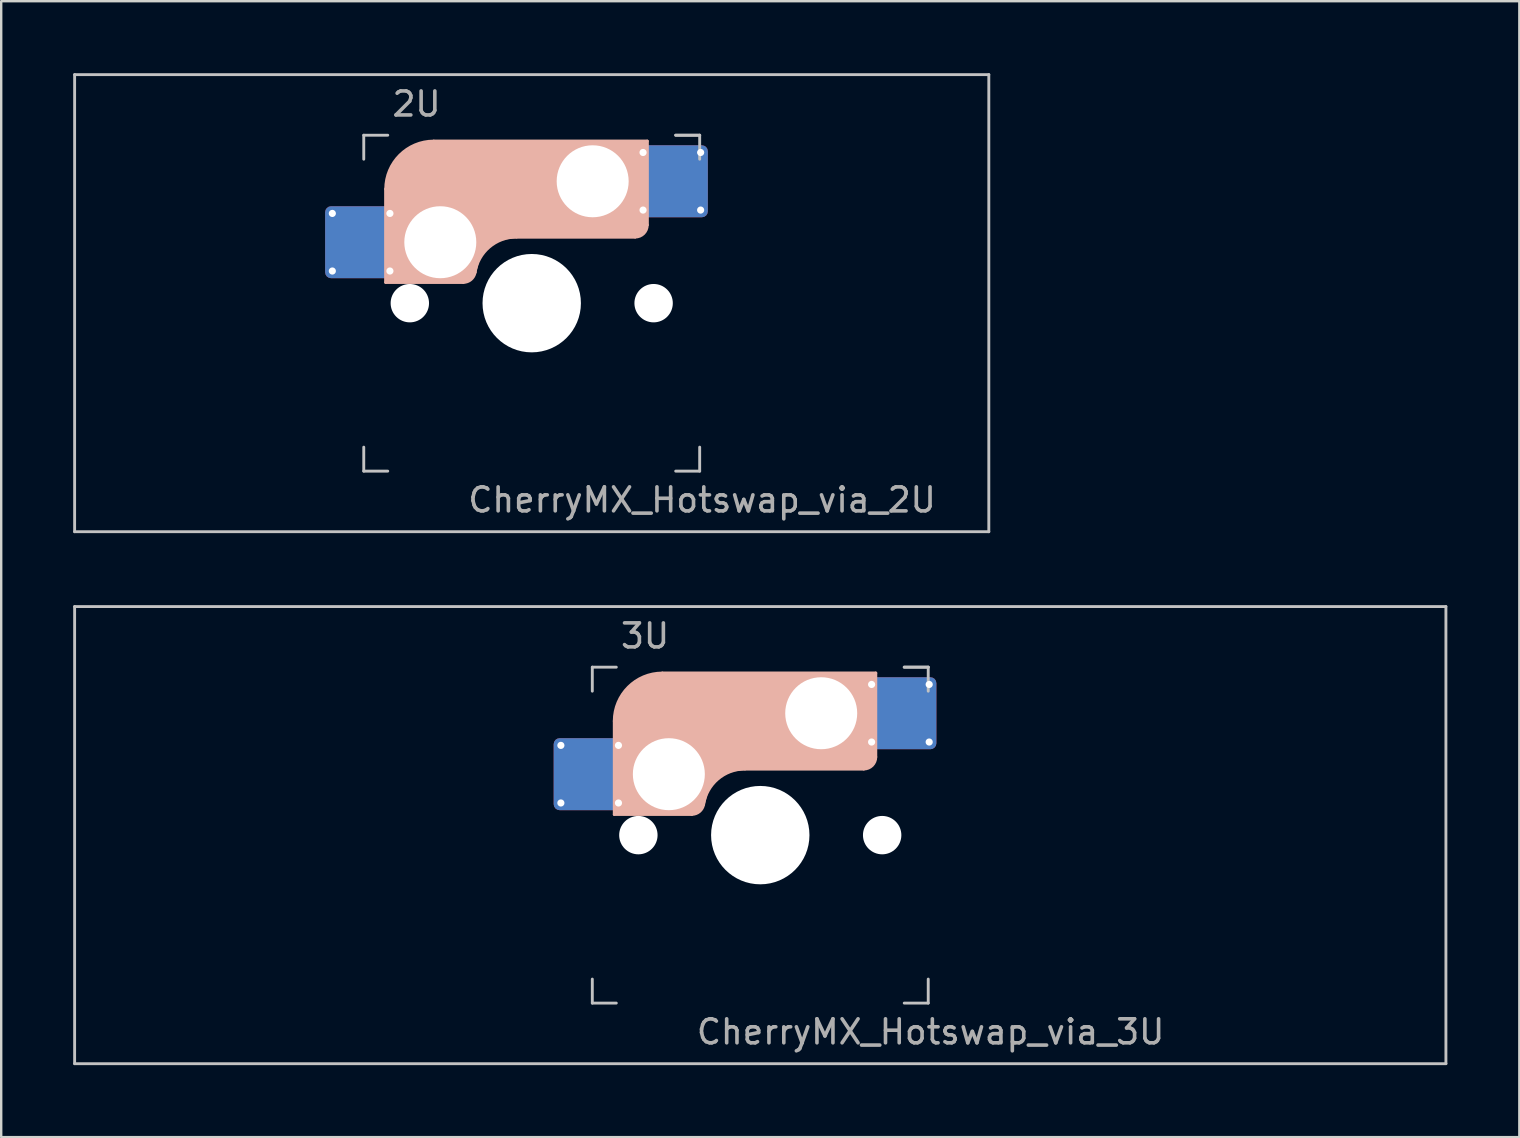
<source format=kicad_pcb>
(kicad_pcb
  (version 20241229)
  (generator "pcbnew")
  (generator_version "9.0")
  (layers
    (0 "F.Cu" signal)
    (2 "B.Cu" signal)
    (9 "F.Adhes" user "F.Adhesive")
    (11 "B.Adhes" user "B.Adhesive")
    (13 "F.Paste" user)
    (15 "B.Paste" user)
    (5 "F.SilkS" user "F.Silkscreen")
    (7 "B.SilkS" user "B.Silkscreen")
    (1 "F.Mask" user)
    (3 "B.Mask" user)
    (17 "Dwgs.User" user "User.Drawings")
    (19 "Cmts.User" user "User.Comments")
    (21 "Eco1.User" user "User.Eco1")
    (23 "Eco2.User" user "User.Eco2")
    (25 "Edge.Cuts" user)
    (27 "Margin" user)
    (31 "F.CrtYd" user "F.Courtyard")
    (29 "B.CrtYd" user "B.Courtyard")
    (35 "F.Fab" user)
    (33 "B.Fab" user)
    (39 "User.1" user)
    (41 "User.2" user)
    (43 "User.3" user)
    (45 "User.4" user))
  (footprint "CherryMX_Hotswap_via_2U"
    (layer "F.Cu")
    (at 19.11 9.585)
    (property "Reference" "CherryMX_Hotswap_via_2U" (at 7.1 8.2 0) (layer "F.Fab") (effects (font (size 1 1) (thickness 0.15))))
    (attr through_hole)
    (fp_line (start -8.11 -1.74) (end -8.11 -3.34) (stroke (width 0.12) (type solid)) (layer "B.Mask"))
    (fp_line (start -7.91 -3.54) (end -6.31 -3.54) (stroke (width 0.12) (type solid)) (layer "B.Mask"))
    (fp_line (start -6.31 -1.54) (end -7.91 -1.54) (stroke (width 0.12) (type solid)) (layer "B.Mask"))
    (fp_line (start -6.11 -3.34) (end -6.11 -1.74) (stroke (width 0.12) (type solid)) (layer "B.Mask"))
    (fp_line (start 4.84 -5.88) (end 4.84 -4.28) (stroke (width 0.12) (type solid)) (layer "B.Mask"))
    (fp_line (start 5.04 -6.08) (end 6.64 -6.08) (stroke (width 0.12) (type solid)) (layer "B.Mask"))
    (fp_line (start 5.04 -4.08) (end 6.64 -4.08) (stroke (width 0.12) (type solid)) (layer "B.Mask"))
    (fp_line (start 6.84 -4.28) (end 6.84 -5.88) (stroke (width 0.12) (type solid)) (layer "B.Mask"))
    (fp_arc (start -8.11 -3.34) (mid -8.051421 -3.481421) (end -7.91 -3.54) (stroke (width 0.12) (type solid)) (layer "B.Mask"))
    (fp_arc (start -7.91 -1.54) (mid -8.051421 -1.598579) (end -8.11 -1.74) (stroke (width 0.12) (type solid)) (layer "B.Mask"))
    (fp_arc (start -6.31 -3.54) (mid -6.168579 -3.481421) (end -6.11 -3.34) (stroke (width 0.12) (type solid)) (layer "B.Mask"))
    (fp_arc (start -6.11 -1.74) (mid -6.168579 -1.598579) (end -6.31 -1.54) (stroke (width 0.12) (type solid)) (layer "B.Mask"))
    (fp_arc (start 4.84 -5.88) (mid 4.898579 -6.021421) (end 5.04 -6.08) (stroke (width 0.12) (type solid)) (layer "B.Mask"))
    (fp_arc (start 5.04 -4.08) (mid 4.898579 -4.138579) (end 4.84 -4.28) (stroke (width 0.12) (type solid)) (layer "B.Mask"))
    (fp_arc (start 6.64 -6.08) (mid 6.781421 -6.021421) (end 6.84 -5.88) (stroke (width 0.12) (type solid)) (layer "B.Mask"))
    (fp_arc (start 6.84 -4.28) (mid 6.781421 -4.138579) (end 6.64 -4.08) (stroke (width 0.12) (type solid)) (layer "B.Mask"))
    (fp_poly (pts (xy -6.11 -3.34) (xy -6.11 -1.74) (xy -6.31 -1.54) (xy -7.91 -1.54) (xy -8.11 -1.74) (xy -8.11 -3.34) (xy -7.91 -3.54) (xy -6.31 -3.54)) (stroke (width 0.1) (type solid)) (fill yes) (layer "B.Mask"))
    (fp_poly (pts (xy 6.84 -5.88) (xy 6.84 -4.28) (xy 6.64 -4.08) (xy 5.04 -4.08) (xy 4.84 -4.28) (xy 4.84 -5.88) (xy 5.04 -6.08) (xy 6.64 -6.08)) (stroke (width 0.1) (type solid)) (fill yes) (layer "B.Mask"))
    (fp_line (start -6.085 -0.865) (end -6.085 -4.755) (stroke (width 0.12) (type solid)) (layer "B.SilkS"))
    (fp_line (start -4.085 -6.755) (end 4.815 -6.755) (stroke (width 0.12) (type solid)) (layer "B.SilkS"))
    (fp_line (start -2.852 -0.865) (end -6.085 -0.865) (stroke (width 0.12) (type solid)) (layer "B.SilkS"))
    (fp_line (start -0.635 -2.755) (end 4.315 -2.755) (stroke (width 0.12) (type solid)) (layer "B.SilkS"))
    (fp_line (start 4.815 -6.755) (end 4.815 -3.255) (stroke (width 0.12) (type solid)) (layer "B.SilkS"))
    (fp_arc (start -6.085 -4.755) (mid -5.499214 -6.169214) (end -4.085 -6.755) (stroke (width 0.12) (type solid)) (layer "B.SilkS"))
    (fp_arc (start -2.360959 -1.278326) (mid -1.770727 -2.335454) (end -0.635 -2.755) (stroke (width 0.12) (type solid)) (layer "B.SilkS"))
    (fp_arc (start -2.36 -1.278176) (mid -2.53101 -0.981978) (end -2.852404 -0.865) (stroke (width 0.12) (type solid)) (layer "B.SilkS"))
    (fp_arc (start 4.815 -3.255) (mid 4.668553 -2.901447) (end 4.315 -2.755) (stroke (width 0.12) (type solid)) (layer "B.SilkS"))
    (fp_poly (pts (xy 4.815 -3.255) (xy 4.633 -2.937) (xy 4.315 -2.755) (xy -0.635 -2.755) (xy -1.259 -2.696) (xy -1.805 -2.376) (xy -2.207 -1.885) (xy -2.361 -1.278) (xy -2.563 -1.02) (xy -2.852 -0.865) (xy -6.085 -0.865) (xy -6.085 -4.755) (xy -5.887 -5.501) (xy -5.464 -6.134) (xy -4.831 -6.557) (xy -4.085 -6.755) (xy 4.815 -6.755)) (stroke (width 0.1) (type solid)) (fill yes) (layer "B.SilkS"))
    (fp_line (start -8.11 -1.74) (end -8.11 -3.34) (stroke (width 0.12) (type solid)) (layer "B.Paste"))
    (fp_line (start -7.91 -3.54) (end -6.31 -3.54) (stroke (width 0.12) (type solid)) (layer "B.Paste"))
    (fp_line (start -6.31 -1.54) (end -7.91 -1.54) (stroke (width 0.12) (type solid)) (layer "B.Paste"))
    (fp_line (start -6.11 -3.34) (end -6.11 -1.74) (stroke (width 0.12) (type solid)) (layer "B.Paste"))
    (fp_line (start 4.84 -5.88) (end 4.84 -4.28) (stroke (width 0.12) (type solid)) (layer "B.Paste"))
    (fp_line (start 5.04 -6.08) (end 6.64 -6.08) (stroke (width 0.12) (type solid)) (layer "B.Paste"))
    (fp_line (start 5.04 -4.08) (end 6.64 -4.08) (stroke (width 0.12) (type solid)) (layer "B.Paste"))
    (fp_line (start 6.84 -4.28) (end 6.84 -5.88) (stroke (width 0.12) (type solid)) (layer "B.Paste"))
    (fp_arc (start -8.11 -3.34) (mid -8.051421 -3.481421) (end -7.91 -3.54) (stroke (width 0.12) (type solid)) (layer "B.Paste"))
    (fp_arc (start -7.91 -1.54) (mid -8.051421 -1.598579) (end -8.11 -1.74) (stroke (width 0.12) (type solid)) (layer "B.Paste"))
    (fp_arc (start -6.31 -3.54) (mid -6.168579 -3.481421) (end -6.11 -3.34) (stroke (width 0.12) (type solid)) (layer "B.Paste"))
    (fp_arc (start -6.11 -1.74) (mid -6.168579 -1.598579) (end -6.31 -1.54) (stroke (width 0.12) (type solid)) (layer "B.Paste"))
    (fp_arc (start 4.84 -5.88) (mid 4.898579 -6.021421) (end 5.04 -6.08) (stroke (width 0.12) (type solid)) (layer "B.Paste"))
    (fp_arc (start 5.04 -4.08) (mid 4.898579 -4.138579) (end 4.84 -4.28) (stroke (width 0.12) (type solid)) (layer "B.Paste"))
    (fp_arc (start 6.64 -6.08) (mid 6.781421 -6.021421) (end 6.84 -5.88) (stroke (width 0.12) (type solid)) (layer "B.Paste"))
    (fp_arc (start 6.84 -4.28) (mid 6.781421 -4.138579) (end 6.64 -4.08) (stroke (width 0.12) (type solid)) (layer "B.Paste"))
    (fp_poly (pts (xy -6.11 -3.34) (xy -6.11 -1.74) (xy -6.31 -1.54) (xy -7.91 -1.54) (xy -8.11 -1.74) (xy -8.11 -3.34) (xy -7.91 -3.54) (xy -6.31 -3.54)) (stroke (width 0.1) (type solid)) (fill yes) (layer "B.Paste"))
    (fp_poly (pts (xy 6.84 -5.88) (xy 6.84 -4.28) (xy 6.64 -4.08) (xy 5.04 -4.08) (xy 4.84 -4.28) (xy 4.84 -5.88) (xy 5.04 -6.08) (xy 6.64 -6.08)) (stroke (width 0.1) (type solid)) (fill yes) (layer "B.Paste"))
    (fp_line (start -19.05 -9.525) (end 19.05 -9.525) (stroke (width 0.12) (type solid)) (layer "Dwgs.User"))
    (fp_line (start -19.05 9.525) (end -19.05 -9.525) (stroke (width 0.12) (type solid)) (layer "Dwgs.User"))
    (fp_line (start -7 -7) (end -7 -6) (stroke (width 0.12) (type solid)) (layer "Dwgs.User"))
    (fp_line (start -7 -7) (end -6 -7) (stroke (width 0.12) (type solid)) (layer "Dwgs.User"))
    (fp_line (start -7 7) (end -7 6) (stroke (width 0.12) (type solid)) (layer "Dwgs.User"))
    (fp_line (start -7 7) (end -6 7) (stroke (width 0.12) (type solid)) (layer "Dwgs.User"))
    (fp_line (start 6 -7) (end 7 -7) (stroke (width 0.12) (type solid)) (layer "Dwgs.User"))
    (fp_line (start 7 -7) (end 6 -7) (stroke (width 0.12) (type solid)) (layer "Dwgs.User"))
    (fp_line (start 7 -7) (end 7 -6) (stroke (width 0.12) (type solid)) (layer "Dwgs.User"))
    (fp_line (start 7 7) (end 6 7) (stroke (width 0.12) (type solid)) (layer "Dwgs.User"))
    (fp_line (start 7 7) (end 7 6) (stroke (width 0.12) (type solid)) (layer "Dwgs.User"))
    (fp_line (start 19.05 -9.525) (end 19.05 9.525) (stroke (width 0.12) (type solid)) (layer "Dwgs.User"))
    (fp_line (start 19.05 9.525) (end -19.05 9.525) (stroke (width 0.12) (type solid)) (layer "Dwgs.User"))
    (fp_text user "2U" (at -4.8 -8.3 0) (layer "F.Fab") (effects (font (size 1 1) (thickness 0.15))))
    (pad "" np_thru_hole circle (at -5.08 0) (size 1.6 1.6) (drill 1.6) (layers "*.Cu" "*.Mask"))
    (pad "" np_thru_hole circle (at -3.81 -2.54) (size 3 3) (drill 3) (layers "*.Cu" "*.Mask"))
    (pad "" np_thru_hole circle (at 0 0) (size 4.1 4.1) (drill 4.1) (layers "*.Cu" "*.Mask"))
    (pad "" np_thru_hole circle (at 2.54 -5.08) (size 3 3) (drill 3) (layers "*.Cu" "*.Mask"))
    (pad "" np_thru_hole circle (at 5.08 0) (size 1.6 1.6) (drill 1.6) (layers "*.Cu" "*.Mask"))
    (pad "1" thru_hole circle (at -8.31 -3.74) (size 0.5 0.5) (drill 0.3) (layers "*.Cu"))
    (pad "1" thru_hole circle (at -8.31 -1.34) (size 0.5 0.5) (drill 0.3) (layers "*.Cu"))
    (pad "1" smd roundrect (at -7.11 -2.54) (size 3 3) (layers "F.Cu") (roundrect_rratio 0.083))
    (pad "1" smd roundrect (at -7.11 -2.54 180) (size 3 3) (layers "B.Cu") (roundrect_rratio 0.083))
    (pad "1" thru_hole circle (at -5.91 -3.74) (size 0.5 0.5) (drill 0.3) (layers "*.Cu"))
    (pad "1" thru_hole circle (at -5.91 -1.34) (size 0.5 0.5) (drill 0.3) (layers "*.Cu"))
    (pad "2" thru_hole circle (at 4.64 -6.28 180) (size 0.5 0.5) (drill 0.3) (layers "*.Cu"))
    (pad "2" thru_hole circle (at 4.64 -3.88 180) (size 0.5 0.5) (drill 0.3) (layers "*.Cu"))
    (pad "2" smd roundrect (at 5.84 -5.08 180) (size 3 3) (layers "F.Cu") (roundrect_rratio 0.083))
    (pad "2" smd roundrect (at 5.84 -5.08 180) (size 3 3) (layers "B.Cu") (roundrect_rratio 0.083))
    (pad "2" thru_hole circle (at 7.04 -6.28 180) (size 0.5 0.5) (drill 0.3) (layers "*.Cu"))
    (pad "2" thru_hole circle (at 7.04 -3.88 180) (size 0.5 0.5) (drill 0.3) (layers "*.Cu")))
  (footprint "CherryMX_Hotswap_via_3U"
    (layer "F.Cu")
    (at 28.635 31.755)
    (property "Reference" "CherryMX_Hotswap_via_3U" (at 7.1 8.2 0) (layer "F.Fab") (effects (font (size 1 1) (thickness 0.15))))
    (attr through_hole)
    (fp_line (start -8.11 -1.74) (end -8.11 -3.34) (stroke (width 0.12) (type solid)) (layer "B.Mask"))
    (fp_line (start -7.91 -3.54) (end -6.31 -3.54) (stroke (width 0.12) (type solid)) (layer "B.Mask"))
    (fp_line (start -6.31 -1.54) (end -7.91 -1.54) (stroke (width 0.12) (type solid)) (layer "B.Mask"))
    (fp_line (start -6.11 -3.34) (end -6.11 -1.74) (stroke (width 0.12) (type solid)) (layer "B.Mask"))
    (fp_line (start 4.84 -5.88) (end 4.84 -4.28) (stroke (width 0.12) (type solid)) (layer "B.Mask"))
    (fp_line (start 5.04 -6.08) (end 6.64 -6.08) (stroke (width 0.12) (type solid)) (layer "B.Mask"))
    (fp_line (start 5.04 -4.08) (end 6.64 -4.08) (stroke (width 0.12) (type solid)) (layer "B.Mask"))
    (fp_line (start 6.84 -4.28) (end 6.84 -5.88) (stroke (width 0.12) (type solid)) (layer "B.Mask"))
    (fp_arc (start -8.11 -3.34) (mid -8.051421 -3.481421) (end -7.91 -3.54) (stroke (width 0.12) (type solid)) (layer "B.Mask"))
    (fp_arc (start -7.91 -1.54) (mid -8.051421 -1.598579) (end -8.11 -1.74) (stroke (width 0.12) (type solid)) (layer "B.Mask"))
    (fp_arc (start -6.31 -3.54) (mid -6.168579 -3.481421) (end -6.11 -3.34) (stroke (width 0.12) (type solid)) (layer "B.Mask"))
    (fp_arc (start -6.11 -1.74) (mid -6.168579 -1.598579) (end -6.31 -1.54) (stroke (width 0.12) (type solid)) (layer "B.Mask"))
    (fp_arc (start 4.84 -5.88) (mid 4.898579 -6.021421) (end 5.04 -6.08) (stroke (width 0.12) (type solid)) (layer "B.Mask"))
    (fp_arc (start 5.04 -4.08) (mid 4.898579 -4.138579) (end 4.84 -4.28) (stroke (width 0.12) (type solid)) (layer "B.Mask"))
    (fp_arc (start 6.64 -6.08) (mid 6.781421 -6.021421) (end 6.84 -5.88) (stroke (width 0.12) (type solid)) (layer "B.Mask"))
    (fp_arc (start 6.84 -4.28) (mid 6.781421 -4.138579) (end 6.64 -4.08) (stroke (width 0.12) (type solid)) (layer "B.Mask"))
    (fp_poly (pts (xy -6.11 -3.34) (xy -6.11 -1.74) (xy -6.31 -1.54) (xy -7.91 -1.54) (xy -8.11 -1.74) (xy -8.11 -3.34) (xy -7.91 -3.54) (xy -6.31 -3.54)) (stroke (width 0.1) (type solid)) (fill yes) (layer "B.Mask"))
    (fp_poly (pts (xy 6.84 -5.88) (xy 6.84 -4.28) (xy 6.64 -4.08) (xy 5.04 -4.08) (xy 4.84 -4.28) (xy 4.84 -5.88) (xy 5.04 -6.08) (xy 6.64 -6.08)) (stroke (width 0.1) (type solid)) (fill yes) (layer "B.Mask"))
    (fp_line (start -6.085 -0.865) (end -6.085 -4.755) (stroke (width 0.12) (type solid)) (layer "B.SilkS"))
    (fp_line (start -4.085 -6.755) (end 4.815 -6.755) (stroke (width 0.12) (type solid)) (layer "B.SilkS"))
    (fp_line (start -2.852 -0.865) (end -6.085 -0.865) (stroke (width 0.12) (type solid)) (layer "B.SilkS"))
    (fp_line (start -0.635 -2.755) (end 4.315 -2.755) (stroke (width 0.12) (type solid)) (layer "B.SilkS"))
    (fp_line (start 4.815 -6.755) (end 4.815 -3.255) (stroke (width 0.12) (type solid)) (layer "B.SilkS"))
    (fp_arc (start -6.085 -4.755) (mid -5.499214 -6.169214) (end -4.085 -6.755) (stroke (width 0.12) (type solid)) (layer "B.SilkS"))
    (fp_arc (start -2.360959 -1.278326) (mid -1.770727 -2.335454) (end -0.635 -2.755) (stroke (width 0.12) (type solid)) (layer "B.SilkS"))
    (fp_arc (start -2.36 -1.278176) (mid -2.53101 -0.981978) (end -2.852404 -0.865) (stroke (width 0.12) (type solid)) (layer "B.SilkS"))
    (fp_arc (start 4.815 -3.255) (mid 4.668553 -2.901447) (end 4.315 -2.755) (stroke (width 0.12) (type solid)) (layer "B.SilkS"))
    (fp_poly (pts (xy 4.815 -3.255) (xy 4.633 -2.937) (xy 4.315 -2.755) (xy -0.635 -2.755) (xy -1.259 -2.696) (xy -1.805 -2.376) (xy -2.207 -1.885) (xy -2.361 -1.278) (xy -2.563 -1.02) (xy -2.852 -0.865) (xy -6.085 -0.865) (xy -6.085 -4.755) (xy -5.887 -5.501) (xy -5.464 -6.134) (xy -4.831 -6.557) (xy -4.085 -6.755) (xy 4.815 -6.755)) (stroke (width 0.1) (type solid)) (fill yes) (layer "B.SilkS"))
    (fp_line (start -8.11 -1.74) (end -8.11 -3.34) (stroke (width 0.12) (type solid)) (layer "B.Paste"))
    (fp_line (start -7.91 -3.54) (end -6.31 -3.54) (stroke (width 0.12) (type solid)) (layer "B.Paste"))
    (fp_line (start -6.31 -1.54) (end -7.91 -1.54) (stroke (width 0.12) (type solid)) (layer "B.Paste"))
    (fp_line (start -6.11 -3.34) (end -6.11 -1.74) (stroke (width 0.12) (type solid)) (layer "B.Paste"))
    (fp_line (start 4.84 -5.88) (end 4.84 -4.28) (stroke (width 0.12) (type solid)) (layer "B.Paste"))
    (fp_line (start 5.04 -6.08) (end 6.64 -6.08) (stroke (width 0.12) (type solid)) (layer "B.Paste"))
    (fp_line (start 5.04 -4.08) (end 6.64 -4.08) (stroke (width 0.12) (type solid)) (layer "B.Paste"))
    (fp_line (start 6.84 -4.28) (end 6.84 -5.88) (stroke (width 0.12) (type solid)) (layer "B.Paste"))
    (fp_arc (start -8.11 -3.34) (mid -8.051421 -3.481421) (end -7.91 -3.54) (stroke (width 0.12) (type solid)) (layer "B.Paste"))
    (fp_arc (start -7.91 -1.54) (mid -8.051421 -1.598579) (end -8.11 -1.74) (stroke (width 0.12) (type solid)) (layer "B.Paste"))
    (fp_arc (start -6.31 -3.54) (mid -6.168579 -3.481421) (end -6.11 -3.34) (stroke (width 0.12) (type solid)) (layer "B.Paste"))
    (fp_arc (start -6.11 -1.74) (mid -6.168579 -1.598579) (end -6.31 -1.54) (stroke (width 0.12) (type solid)) (layer "B.Paste"))
    (fp_arc (start 4.84 -5.88) (mid 4.898579 -6.021421) (end 5.04 -6.08) (stroke (width 0.12) (type solid)) (layer "B.Paste"))
    (fp_arc (start 5.04 -4.08) (mid 4.898579 -4.138579) (end 4.84 -4.28) (stroke (width 0.12) (type solid)) (layer "B.Paste"))
    (fp_arc (start 6.64 -6.08) (mid 6.781421 -6.021421) (end 6.84 -5.88) (stroke (width 0.12) (type solid)) (layer "B.Paste"))
    (fp_arc (start 6.84 -4.28) (mid 6.781421 -4.138579) (end 6.64 -4.08) (stroke (width 0.12) (type solid)) (layer "B.Paste"))
    (fp_poly (pts (xy -6.11 -3.34) (xy -6.11 -1.74) (xy -6.31 -1.54) (xy -7.91 -1.54) (xy -8.11 -1.74) (xy -8.11 -3.34) (xy -7.91 -3.54) (xy -6.31 -3.54)) (stroke (width 0.1) (type solid)) (fill yes) (layer "B.Paste"))
    (fp_poly (pts (xy 6.84 -5.88) (xy 6.84 -4.28) (xy 6.64 -4.08) (xy 5.04 -4.08) (xy 4.84 -4.28) (xy 4.84 -5.88) (xy 5.04 -6.08) (xy 6.64 -6.08)) (stroke (width 0.1) (type solid)) (fill yes) (layer "B.Paste"))
    (fp_line (start -28.575 -9.525) (end 28.575 -9.525) (stroke (width 0.12) (type solid)) (layer "Dwgs.User"))
    (fp_line (start -28.575 9.525) (end -28.575 -9.525) (stroke (width 0.12) (type solid)) (layer "Dwgs.User"))
    (fp_line (start -7 -7) (end -7 -6) (stroke (width 0.12) (type solid)) (layer "Dwgs.User"))
    (fp_line (start -7 -7) (end -6 -7) (stroke (width 0.12) (type solid)) (layer "Dwgs.User"))
    (fp_line (start -7 7) (end -7 6) (stroke (width 0.12) (type solid)) (layer "Dwgs.User"))
    (fp_line (start -7 7) (end -6 7) (stroke (width 0.12) (type solid)) (layer "Dwgs.User"))
    (fp_line (start 6 -7) (end 7 -7) (stroke (width 0.12) (type solid)) (layer "Dwgs.User"))
    (fp_line (start 7 -7) (end 6 -7) (stroke (width 0.12) (type solid)) (layer "Dwgs.User"))
    (fp_line (start 7 -7) (end 7 -6) (stroke (width 0.12) (type solid)) (layer "Dwgs.User"))
    (fp_line (start 7 7) (end 6 7) (stroke (width 0.12) (type solid)) (layer "Dwgs.User"))
    (fp_line (start 7 7) (end 7 6) (stroke (width 0.12) (type solid)) (layer "Dwgs.User"))
    (fp_line (start 28.575 -9.525) (end 28.575 9.525) (stroke (width 0.12) (type solid)) (layer "Dwgs.User"))
    (fp_line (start 28.575 9.525) (end -28.575 9.525) (stroke (width 0.12) (type solid)) (layer "Dwgs.User"))
    (fp_text user "3U" (at -4.8 -8.3 0) (layer "F.Fab") (effects (font (size 1 1) (thickness 0.15))))
    (pad "" np_thru_hole circle (at -5.08 0) (size 1.6 1.6) (drill 1.6) (layers "*.Cu" "*.Mask"))
    (pad "" np_thru_hole circle (at -3.81 -2.54) (size 3 3) (drill 3) (layers "*.Cu" "*.Mask"))
    (pad "" np_thru_hole circle (at 0 0) (size 4.1 4.1) (drill 4.1) (layers "*.Cu" "*.Mask"))
    (pad "" np_thru_hole circle (at 2.54 -5.08) (size 3 3) (drill 3) (layers "*.Cu" "*.Mask"))
    (pad "" np_thru_hole circle (at 5.08 0) (size 1.6 1.6) (drill 1.6) (layers "*.Cu" "*.Mask"))
    (pad "1" thru_hole circle (at -8.31 -3.74) (size 0.5 0.5) (drill 0.3) (layers "*.Cu"))
    (pad "1" thru_hole circle (at -8.31 -1.34) (size 0.5 0.5) (drill 0.3) (layers "*.Cu"))
    (pad "1" smd roundrect (at -7.11 -2.54) (size 3 3) (layers "F.Cu") (roundrect_rratio 0.083))
    (pad "1" smd roundrect (at -7.11 -2.54 180) (size 3 3) (layers "B.Cu") (roundrect_rratio 0.083))
    (pad "1" thru_hole circle (at -5.91 -3.74) (size 0.5 0.5) (drill 0.3) (layers "*.Cu"))
    (pad "1" thru_hole circle (at -5.91 -1.34) (size 0.5 0.5) (drill 0.3) (layers "*.Cu"))
    (pad "2" thru_hole circle (at 4.64 -6.28 180) (size 0.5 0.5) (drill 0.3) (layers "*.Cu"))
    (pad "2" thru_hole circle (at 4.64 -3.88 180) (size 0.5 0.5) (drill 0.3) (layers "*.Cu"))
    (pad "2" smd roundrect (at 5.84 -5.08 180) (size 3 3) (layers "F.Cu") (roundrect_rratio 0.083))
    (pad "2" smd roundrect (at 5.84 -5.08 180) (size 3 3) (layers "B.Cu") (roundrect_rratio 0.083))
    (pad "2" thru_hole circle (at 7.04 -6.28 180) (size 0.5 0.5) (drill 0.3) (layers "*.Cu"))
    (pad "2" thru_hole circle (at 7.04 -3.88 180) (size 0.5 0.5) (drill 0.3) (layers "*.Cu")))
  (gr_rect
    (start -3 -3)
    (end 60.27 44.34)
    (stroke (width 0.1) (type default))
    (fill no)
    (layer "Edge.Cuts")))
</source>
